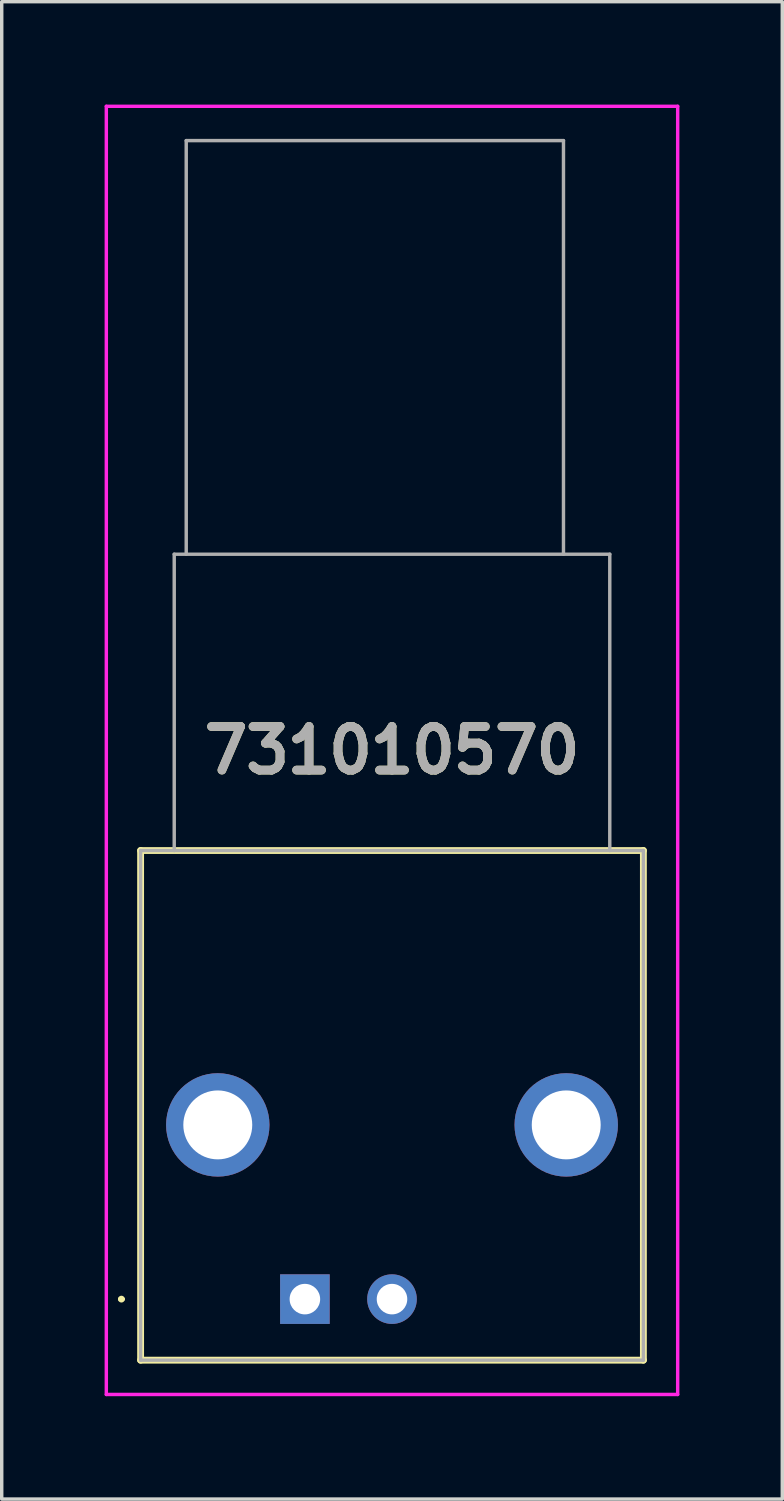
<source format=kicad_pcb>
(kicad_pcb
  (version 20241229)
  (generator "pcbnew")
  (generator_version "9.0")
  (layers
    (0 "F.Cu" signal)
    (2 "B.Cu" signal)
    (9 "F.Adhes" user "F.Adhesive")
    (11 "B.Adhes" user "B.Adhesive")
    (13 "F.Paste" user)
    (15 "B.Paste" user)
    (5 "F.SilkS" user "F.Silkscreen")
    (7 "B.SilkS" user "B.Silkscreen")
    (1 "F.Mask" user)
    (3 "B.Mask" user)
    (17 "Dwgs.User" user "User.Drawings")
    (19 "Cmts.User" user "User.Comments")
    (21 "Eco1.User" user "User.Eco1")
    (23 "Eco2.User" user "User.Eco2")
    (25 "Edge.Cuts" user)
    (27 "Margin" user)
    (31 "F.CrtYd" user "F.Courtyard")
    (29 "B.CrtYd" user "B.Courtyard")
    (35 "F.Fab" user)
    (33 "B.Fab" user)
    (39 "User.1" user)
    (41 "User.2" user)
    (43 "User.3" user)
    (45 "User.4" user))
  (footprint "731010570"
    (layer "F.Cu")
    (at 5.84 34.83)
    (property "Reference" "731010570" (at 2.54 -16 0) (layer "F.SilkS") (effects (font (size 1.27 1.27) (thickness 0.254))))
    (attr through_hole)
    (fp_line (start -5.4 0) (end -5.4 0) (stroke (width 0.1) (type solid)) (layer "F.SilkS"))
    (fp_line (start -5.3 0) (end -5.3 0) (stroke (width 0.1) (type solid)) (layer "F.SilkS"))
    (fp_line (start -4.79 -13.08) (end 9.87 -13.08) (stroke (width 0.2) (type solid)) (layer "F.SilkS"))
    (fp_line (start -4.79 1.78) (end -4.79 -13.08) (stroke (width 0.2) (type solid)) (layer "F.SilkS"))
    (fp_line (start 9.87 -13.08) (end 9.87 1.78) (stroke (width 0.2) (type solid)) (layer "F.SilkS"))
    (fp_line (start 9.87 1.78) (end -4.79 1.78) (stroke (width 0.2) (type solid)) (layer "F.SilkS"))
    (fp_arc (start -5.4 0) (mid -5.35 -0.05) (end -5.3 0) (stroke (width 0.1) (type solid)) (layer "F.SilkS"))
    (fp_arc (start -5.3 0) (mid -5.35 0.05) (end -5.4 0) (stroke (width 0.1) (type solid)) (layer "F.SilkS"))
    (fp_line (start -5.79 -34.78) (end 10.87 -34.78) (stroke (width 0.1) (type solid)) (layer "F.CrtYd"))
    (fp_line (start -5.79 2.78) (end -5.79 -34.78) (stroke (width 0.1) (type solid)) (layer "F.CrtYd"))
    (fp_line (start 10.87 -34.78) (end 10.87 2.78) (stroke (width 0.1) (type solid)) (layer "F.CrtYd"))
    (fp_line (start 10.87 2.78) (end -5.79 2.78) (stroke (width 0.1) (type solid)) (layer "F.CrtYd"))
    (fp_line (start -4.79 -13.08) (end 9.87 -13.08) (stroke (width 0.1) (type solid)) (layer "F.Fab"))
    (fp_line (start -4.79 1.78) (end -4.79 -13.08) (stroke (width 0.1) (type solid)) (layer "F.Fab"))
    (fp_line (start -3.81 -21.72) (end 8.89 -21.72) (stroke (width 0.1) (type solid)) (layer "F.Fab"))
    (fp_line (start -3.81 -13.08) (end -3.81 -21.72) (stroke (width 0.1) (type solid)) (layer "F.Fab"))
    (fp_line (start -3.46 -33.78) (end 7.54 -33.78) (stroke (width 0.1) (type solid)) (layer "F.Fab"))
    (fp_line (start -3.46 -21.72) (end -3.46 -33.78) (stroke (width 0.1) (type solid)) (layer "F.Fab"))
    (fp_line (start 7.54 -33.78) (end 7.54 -21.72) (stroke (width 0.1) (type solid)) (layer "F.Fab"))
    (fp_line (start 8.89 -21.72) (end 8.89 -13.08) (stroke (width 0.1) (type solid)) (layer "F.Fab"))
    (fp_line (start 9.87 -13.08) (end 9.87 1.78) (stroke (width 0.1) (type solid)) (layer "F.Fab"))
    (fp_line (start 9.87 1.78) (end -4.79 1.78) (stroke (width 0.1) (type solid)) (layer "F.Fab"))
    (fp_text user "${REFERENCE}" (at 2.54 -16 0) (layer "F.Fab") (effects (font (size 1.27 1.27) (thickness 0.254))))
    (pad "1" thru_hole rect (at 0 0) (size 1.446 1.446) (drill 0.89) (layers "*.Cu" "*.Mask"))
    (pad "2" thru_hole circle (at 2.54 0) (size 1.446 1.446) (drill 0.89) (layers "*.Cu" "*.Mask"))
    (pad "MH1" thru_hole circle (at -2.54 -5.08) (size 3.015 3.015) (drill 2.01) (layers "*.Cu" "*.Mask"))
    (pad "MH2" thru_hole circle (at 7.62 -5.08) (size 3.015 3.015) (drill 2.01) (layers "*.Cu" "*.Mask")))
  (gr_rect
    (start -3 -3)
    (end 19.76 40.66)
    (stroke (width 0.1) (type default))
    (fill no)
    (layer "Edge.Cuts")))
</source>
